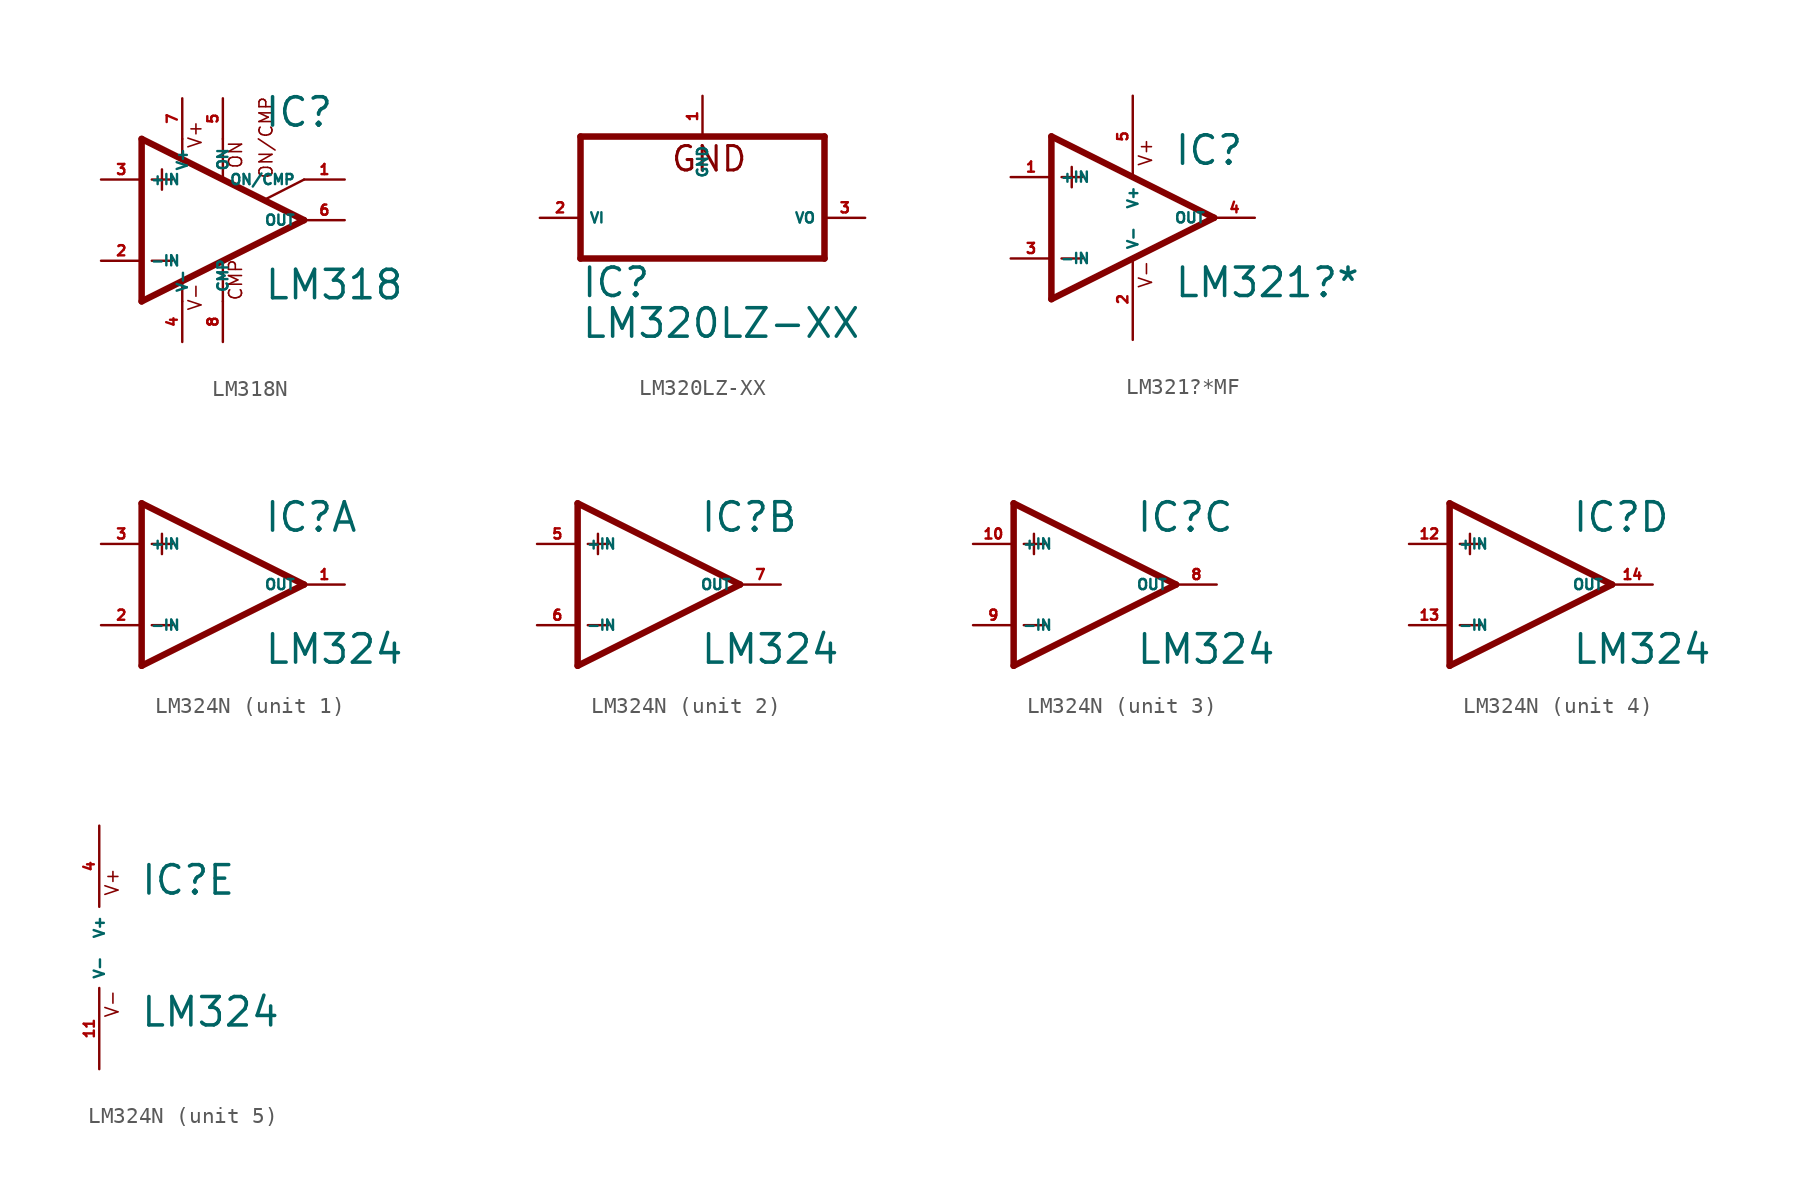
<source format=kicad_sym>
(kicad_symbol_lib
  (version 20220914)
  (generator Eagle2Kicad)
  (symbol "LM318N"
    (property "Reference" "IC"
      (at 2.54 5.715 0)
      (effects (font (size 1.778 1.778) (thickness 0.22)) (justify left bottom)))
    (property "Value" "LM318"
      (at 2.54 -5.08 0)
      (effects (font (size 1.778 1.778) (thickness 0.22)) (justify left bottom)))
    (polyline
      (pts (xy -3.81 3.175) (xy -3.81 1.905))
      (stroke (width 0.152) (type default))
      (fill (type none)))
    (polyline
      (pts (xy -4.445 2.54) (xy -3.175 2.54))
      (stroke (width 0.152) (type default))
      (fill (type none)))
    (polyline
      (pts (xy -4.445 -2.54) (xy -3.175 -2.54))
      (stroke (width 0.152) (type default))
      (fill (type none)))
    (polyline
      (pts (xy -5.08 5.08) (xy -5.08 -5.08))
      (stroke (width 0.406) (type default))
      (fill (type none)))
    (polyline
      (pts (xy -2.54 5.08) (xy -2.54 3.886))
      (stroke (width 0.152) (type default))
      (fill (type none)))
    (polyline
      (pts (xy 0 5.08) (xy 0 2.616))
      (stroke (width 0.152) (type default))
      (fill (type none)))
    (polyline
      (pts (xy 0 -5.08) (xy 0 -2.616))
      (stroke (width 0.152) (type default))
      (fill (type none)))
    (polyline
      (pts (xy 2.692 1.321) (xy 5.08 2.54))
      (stroke (width 0.152) (type default))
      (fill (type none)))
    (polyline
      (pts (xy -5.08 5.08) (xy 5.08 0))
      (stroke (width 0.406) (type default))
      (fill (type none)))
    (polyline
      (pts (xy -2.54 -3.886) (xy -2.54 -5.08))
      (stroke (width 0.152) (type default))
      (fill (type none)))
    (polyline
      (pts (xy -5.08 -5.08) (xy 5.08 0))
      (stroke (width 0.406) (type default))
      (fill (type none)))
    (text "ON"
      (at 1.27 3.175 900)
      (effects (font (size 0.813 0.813) (thickness 0.10)) (justify left bottom)))
    (text "CMP"
      (at 1.27 -5.08 900)
      (effects (font (size 0.813 0.813) (thickness 0.10)) (justify left bottom)))
    (text "ON/CMP"
      (at 3.175 2.54 900)
      (effects (font (size 0.813 0.813) (thickness 0.10)) (justify left bottom)))
    (text "V+"
      (at -1.27 4.445 900)
      (effects (font (size 0.813 0.813) (thickness 0.10)) (justify left bottom)))
    (text "V-"
      (at -1.27 -5.715 900)
      (effects (font (size 0.813 0.813) (thickness 0.10)) (justify left bottom)))
    (pin passive line
      (at 7.62 2.54 180)
      (length 2.54)
      (name "ON/CMP" (effects (font (size 0.635 0.635) (thickness 0.08)) (justify left bottom)))
      (number "1" (effects (font (size 0.635 0.635) (thickness 0.08)) (justify left bottom))))
    (pin input line
      (at -7.62 -2.54 0)
      (length 2.54)
      (name "-IN" (effects (font (size 0.635 0.635) (thickness 0.08)) (justify left bottom)))
      (number "2" (effects (font (size 0.635 0.635) (thickness 0.08)) (justify left bottom))))
    (pin input line
      (at -7.62 2.54 0)
      (length 2.54)
      (name "+IN" (effects (font (size 0.635 0.635) (thickness 0.08)) (justify left bottom)))
      (number "3" (effects (font (size 0.635 0.635) (thickness 0.08)) (justify left bottom))))
    (pin passive line
      (at 0 7.62 270)
      (length 2.54)
      (name "ON" (effects (font (size 0.635 0.635) (thickness 0.08)) (justify left bottom)))
      (number "5" (effects (font (size 0.635 0.635) (thickness 0.08)) (justify left bottom))))
    (pin output line
      (at 7.62 0 180)
      (length 2.54)
      (name "OUT" (effects (font (size 0.635 0.635) (thickness 0.08)) (justify left bottom)))
      (number "6" (effects (font (size 0.635 0.635) (thickness 0.08)) (justify left bottom))))
    (pin passive line
      (at 0 -7.62 90)
      (length 2.54)
      (name "CMP" (effects (font (size 0.635 0.635) (thickness 0.08)) (justify left bottom)))
      (number "8" (effects (font (size 0.635 0.635) (thickness 0.08)) (justify left bottom))))
    (pin unspecified line
      (at -2.54 7.62 270)
      (length 2.54)
      (name "V+" (effects (font (size 0.635 0.635) (thickness 0.08)) (justify left bottom)))
      (number "7" (effects (font (size 0.635 0.635) (thickness 0.08)) (justify left bottom))))
    (pin unspecified line
      (at -2.54 -7.62 90)
      (length 2.54)
      (name "V-" (effects (font (size 0.635 0.635) (thickness 0.08)) (justify left bottom)))
      (number "4" (effects (font (size 0.635 0.635) (thickness 0.08)) (justify left bottom)))))
  (symbol "LM320LZ-XX"
    (property "Reference" "IC"
      (at -7.62 -7.62 0)
      (effects (font (size 1.778 1.778) (thickness 0.22)) (justify left bottom)))
    (property "Value" "LM320LZ-XX"
      (at -7.62 -10.16 0)
      (effects (font (size 1.778 1.778) (thickness 0.22)) (justify left bottom)))
    (polyline
      (pts (xy -7.62 -5.08) (xy 7.62 -5.08))
      (stroke (width 0.406) (type default))
      (fill (type none)))
    (polyline
      (pts (xy 7.62 -5.08) (xy 7.62 2.54))
      (stroke (width 0.406) (type default))
      (fill (type none)))
    (polyline
      (pts (xy 7.62 2.54) (xy -7.62 2.54))
      (stroke (width 0.406) (type default))
      (fill (type none)))
    (polyline
      (pts (xy -7.62 2.54) (xy -7.62 -5.08))
      (stroke (width 0.406) (type default))
      (fill (type none)))
    (text "GND"
      (at -2.032 0.254 0)
      (effects (font (size 1.524 1.524) (thickness 0.19)) (justify left bottom)))
    (pin input line
      (at -10.16 -2.54 0)
      (length 2.54)
      (name "VI" (effects (font (size 0.635 0.635) (thickness 0.08)) (justify left bottom)))
      (number "2" (effects (font (size 0.635 0.635) (thickness 0.08)) (justify left bottom))))
    (pin passive line
      (at 0 5.08 270)
      (length 2.54)
      (name "GND" (effects (font (size 0.635 0.635) (thickness 0.08)) (justify left bottom)))
      (number "1" (effects (font (size 0.635 0.635) (thickness 0.08)) (justify left bottom))))
    (pin passive line
      (at 10.16 -2.54 180)
      (length 2.54)
      (name "VO" (effects (font (size 0.635 0.635) (thickness 0.08)) (justify left bottom)))
      (number "3" (effects (font (size 0.635 0.635) (thickness 0.08)) (justify left bottom)))))
  (symbol "LM321?*MF"
    (property "Reference" "IC"
      (at 2.54 3.175 0)
      (effects (font (size 1.778 1.778) (thickness 0.22)) (justify left bottom)))
    (property "Value" "LM321?*"
      (at 2.54 -5.08 0)
      (effects (font (size 1.778 1.778) (thickness 0.22)) (justify left bottom)))
    (polyline
      (pts (xy -5.08 5.08) (xy -5.08 -5.08))
      (stroke (width 0.406) (type default))
      (fill (type none)))
    (polyline
      (pts (xy -5.08 -5.08) (xy 5.08 0))
      (stroke (width 0.406) (type default))
      (fill (type none)))
    (polyline
      (pts (xy 5.08 0) (xy -5.08 5.08))
      (stroke (width 0.406) (type default))
      (fill (type none)))
    (polyline
      (pts (xy -3.81 3.175) (xy -3.81 1.905))
      (stroke (width 0.152) (type default))
      (fill (type none)))
    (polyline
      (pts (xy -4.445 2.54) (xy -3.175 2.54))
      (stroke (width 0.152) (type default))
      (fill (type none)))
    (polyline
      (pts (xy -4.445 -2.54) (xy -3.175 -2.54))
      (stroke (width 0.152) (type default))
      (fill (type none)))
    (text "V+"
      (at 1.27 3.175 900)
      (effects (font (size 0.813 0.813) (thickness 0.10)) (justify left bottom)))
    (text "V-"
      (at 1.27 -4.445 900)
      (effects (font (size 0.813 0.813) (thickness 0.10)) (justify left bottom)))
    (pin input line
      (at -7.62 -2.54 0)
      (length 2.54)
      (name "-IN" (effects (font (size 0.635 0.635) (thickness 0.08)) (justify left bottom)))
      (number "3" (effects (font (size 0.635 0.635) (thickness 0.08)) (justify left bottom))))
    (pin input line
      (at -7.62 2.54 0)
      (length 2.54)
      (name "+IN" (effects (font (size 0.635 0.635) (thickness 0.08)) (justify left bottom)))
      (number "1" (effects (font (size 0.635 0.635) (thickness 0.08)) (justify left bottom))))
    (pin output line
      (at 7.62 0 180)
      (length 2.54)
      (name "OUT" (effects (font (size 0.635 0.635) (thickness 0.08)) (justify left bottom)))
      (number "4" (effects (font (size 0.635 0.635) (thickness 0.08)) (justify left bottom))))
    (pin unspecified line
      (at 0 7.62 270)
      (length 5.08)
      (name "V+" (effects (font (size 0.635 0.635) (thickness 0.08)) (justify left bottom)))
      (number "5" (effects (font (size 0.635 0.635) (thickness 0.08)) (justify left bottom))))
    (pin unspecified line
      (at 0 -7.62 90)
      (length 5.08)
      (name "V-" (effects (font (size 0.635 0.635) (thickness 0.08)) (justify left bottom)))
      (number "2" (effects (font (size 0.635 0.635) (thickness 0.08)) (justify left bottom)))))
  (symbol "LM324N"
    (property "Reference" "IC"
      (at 2.54 3.175 0)
      (effects (font (size 1.778 1.778) (thickness 0.22)) (justify left bottom)))
    (property "Value" "LM324"
      (at 2.54 -5.08 0)
      (effects (font (size 1.778 1.778) (thickness 0.22)) (justify left bottom)))
    (symbol "LM324N_1_0"
      (polyline (pts (xy -5.08 5.08) (xy -5.08 -5.08)) (stroke (width 0.406) (type default)) (fill (type none)))
      (polyline (pts (xy -5.08 -5.08) (xy 5.08 0)) (stroke (width 0.406) (type default)) (fill (type none)))
      (polyline (pts (xy 5.08 0) (xy -5.08 5.08)) (stroke (width 0.406) (type default)) (fill (type none)))
      (polyline (pts (xy -3.81 3.175) (xy -3.81 1.905)) (stroke (width 0.152) (type default)) (fill (type none)))
      (polyline (pts (xy -4.445 2.54) (xy -3.175 2.54)) (stroke (width 0.152) (type default)) (fill (type none)))
      (polyline (pts (xy -4.445 -2.54) (xy -3.175 -2.54)) (stroke (width 0.152) (type default)) (fill (type none)))
      (pin input line (at -7.62 -2.54 0) (length 2.54) (name "-IN" (effects (font (size 0.635 0.635) (thickness 0.08)) (justify left bottom))) (number "2" (effects (font (size 0.635 0.635) (thickness 0.08)) (justify left bottom))))
      (pin input line (at -7.62 2.54 0) (length 2.54) (name "+IN" (effects (font (size 0.635 0.635) (thickness 0.08)) (justify left bottom))) (number "3" (effects (font (size 0.635 0.635) (thickness 0.08)) (justify left bottom))))
      (pin output line (at 7.62 0 180) (length 2.54) (name "OUT" (effects (font (size 0.635 0.635) (thickness 0.08)) (justify left bottom))) (number "1" (effects (font (size 0.635 0.635) (thickness 0.08)) (justify left bottom)))))
    (symbol "LM324N_2_0"
      (polyline (pts (xy -5.08 5.08) (xy -5.08 -5.08)) (stroke (width 0.406) (type default)) (fill (type none)))
      (polyline (pts (xy -5.08 -5.08) (xy 5.08 0)) (stroke (width 0.406) (type default)) (fill (type none)))
      (polyline (pts (xy 5.08 0) (xy -5.08 5.08)) (stroke (width 0.406) (type default)) (fill (type none)))
      (polyline (pts (xy -3.81 3.175) (xy -3.81 1.905)) (stroke (width 0.152) (type default)) (fill (type none)))
      (polyline (pts (xy -4.445 2.54) (xy -3.175 2.54)) (stroke (width 0.152) (type default)) (fill (type none)))
      (polyline (pts (xy -4.445 -2.54) (xy -3.175 -2.54)) (stroke (width 0.152) (type default)) (fill (type none)))
      (pin input line (at -7.62 -2.54 0) (length 2.54) (name "-IN" (effects (font (size 0.635 0.635) (thickness 0.08)) (justify left bottom))) (number "6" (effects (font (size 0.635 0.635) (thickness 0.08)) (justify left bottom))))
      (pin input line (at -7.62 2.54 0) (length 2.54) (name "+IN" (effects (font (size 0.635 0.635) (thickness 0.08)) (justify left bottom))) (number "5" (effects (font (size 0.635 0.635) (thickness 0.08)) (justify left bottom))))
      (pin output line (at 7.62 0 180) (length 2.54) (name "OUT" (effects (font (size 0.635 0.635) (thickness 0.08)) (justify left bottom))) (number "7" (effects (font (size 0.635 0.635) (thickness 0.08)) (justify left bottom)))))
    (symbol "LM324N_3_0"
      (polyline (pts (xy -5.08 5.08) (xy -5.08 -5.08)) (stroke (width 0.406) (type default)) (fill (type none)))
      (polyline (pts (xy -5.08 -5.08) (xy 5.08 0)) (stroke (width 0.406) (type default)) (fill (type none)))
      (polyline (pts (xy 5.08 0) (xy -5.08 5.08)) (stroke (width 0.406) (type default)) (fill (type none)))
      (polyline (pts (xy -3.81 3.175) (xy -3.81 1.905)) (stroke (width 0.152) (type default)) (fill (type none)))
      (polyline (pts (xy -4.445 2.54) (xy -3.175 2.54)) (stroke (width 0.152) (type default)) (fill (type none)))
      (polyline (pts (xy -4.445 -2.54) (xy -3.175 -2.54)) (stroke (width 0.152) (type default)) (fill (type none)))
      (pin input line (at -7.62 -2.54 0) (length 2.54) (name "-IN" (effects (font (size 0.635 0.635) (thickness 0.08)) (justify left bottom))) (number "9" (effects (font (size 0.635 0.635) (thickness 0.08)) (justify left bottom))))
      (pin input line (at -7.62 2.54 0) (length 2.54) (name "+IN" (effects (font (size 0.635 0.635) (thickness 0.08)) (justify left bottom))) (number "10" (effects (font (size 0.635 0.635) (thickness 0.08)) (justify left bottom))))
      (pin output line (at 7.62 0 180) (length 2.54) (name "OUT" (effects (font (size 0.635 0.635) (thickness 0.08)) (justify left bottom))) (number "8" (effects (font (size 0.635 0.635) (thickness 0.08)) (justify left bottom)))))
    (symbol "LM324N_4_0"
      (polyline (pts (xy -5.08 5.08) (xy -5.08 -5.08)) (stroke (width 0.406) (type default)) (fill (type none)))
      (polyline (pts (xy -5.08 -5.08) (xy 5.08 0)) (stroke (width 0.406) (type default)) (fill (type none)))
      (polyline (pts (xy 5.08 0) (xy -5.08 5.08)) (stroke (width 0.406) (type default)) (fill (type none)))
      (polyline (pts (xy -3.81 3.175) (xy -3.81 1.905)) (stroke (width 0.152) (type default)) (fill (type none)))
      (polyline (pts (xy -4.445 2.54) (xy -3.175 2.54)) (stroke (width 0.152) (type default)) (fill (type none)))
      (polyline (pts (xy -4.445 -2.54) (xy -3.175 -2.54)) (stroke (width 0.152) (type default)) (fill (type none)))
      (pin input line (at -7.62 -2.54 0) (length 2.54) (name "-IN" (effects (font (size 0.635 0.635) (thickness 0.08)) (justify left bottom))) (number "13" (effects (font (size 0.635 0.635) (thickness 0.08)) (justify left bottom))))
      (pin input line (at -7.62 2.54 0) (length 2.54) (name "+IN" (effects (font (size 0.635 0.635) (thickness 0.08)) (justify left bottom))) (number "12" (effects (font (size 0.635 0.635) (thickness 0.08)) (justify left bottom))))
      (pin output line (at 7.62 0 180) (length 2.54) (name "OUT" (effects (font (size 0.635 0.635) (thickness 0.08)) (justify left bottom))) (number "14" (effects (font (size 0.635 0.635) (thickness 0.08)) (justify left bottom)))))
    (symbol "LM324N_5_0"
      (text "V+" (at 1.27 3.175 900) (effects (font (size 0.813 0.813) (thickness 0.10)) (justify left bottom)))
      (text "V-" (at 1.27 -4.445 900) (effects (font (size 0.813 0.813) (thickness 0.10)) (justify left bottom)))
      (pin unspecified line (at 0 7.62 270) (length 5.08) (name "V+" (effects (font (size 0.635 0.635) (thickness 0.08)) (justify left bottom))) (number "4" (effects (font (size 0.635 0.635) (thickness 0.08)) (justify left bottom))))
      (pin unspecified line (at 0 -7.62 90) (length 5.08) (name "V-" (effects (font (size 0.635 0.635) (thickness 0.08)) (justify left bottom))) (number "11" (effects (font (size 0.635 0.635) (thickness 0.08)) (justify left bottom)))))))
</source>
